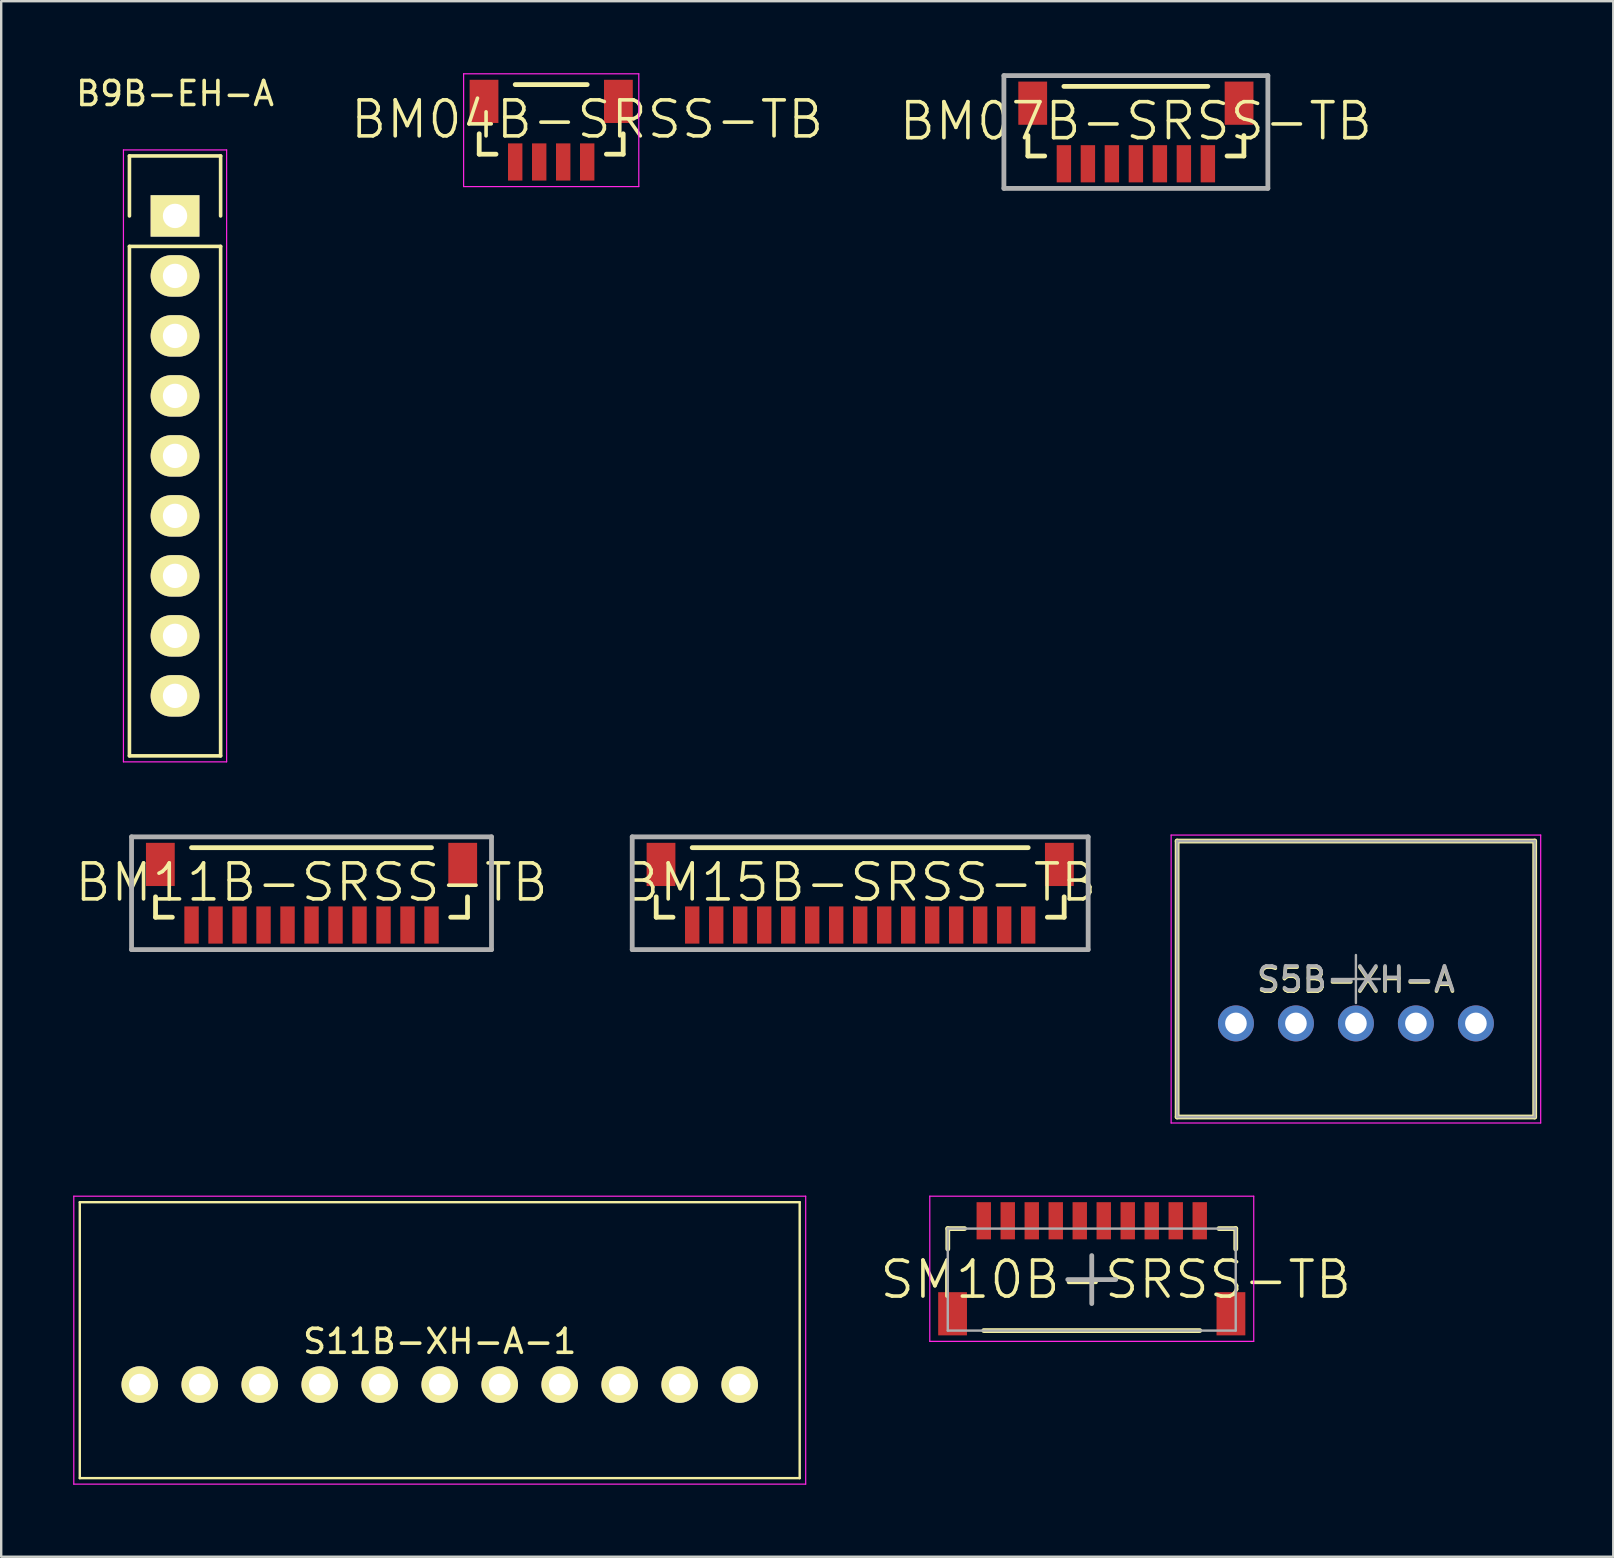
<source format=kicad_pcb>
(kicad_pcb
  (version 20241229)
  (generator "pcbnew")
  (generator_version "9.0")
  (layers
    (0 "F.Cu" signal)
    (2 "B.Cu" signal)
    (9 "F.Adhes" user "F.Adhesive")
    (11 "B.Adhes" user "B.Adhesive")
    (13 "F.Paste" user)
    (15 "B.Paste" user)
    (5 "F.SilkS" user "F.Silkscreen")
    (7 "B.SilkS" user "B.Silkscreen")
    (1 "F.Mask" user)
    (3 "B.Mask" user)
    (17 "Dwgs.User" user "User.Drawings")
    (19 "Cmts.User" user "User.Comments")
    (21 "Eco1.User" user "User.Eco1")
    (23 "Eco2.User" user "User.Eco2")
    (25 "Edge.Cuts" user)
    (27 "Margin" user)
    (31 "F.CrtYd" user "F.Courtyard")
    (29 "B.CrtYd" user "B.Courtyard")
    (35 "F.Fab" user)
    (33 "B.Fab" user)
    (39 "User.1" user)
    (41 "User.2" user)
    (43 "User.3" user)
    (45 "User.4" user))
  (footprint "BM07B-SRSS-TB"
    (layer "F.Cu")
    (at 44.285 2)
    (property "Reference" "BM07B-SRSS-TB" (at 0 0 0) (layer "F.SilkS") (effects (font (size 1.5 1.5) (thickness 0.15))))
    (attr smd)
    (fp_line (start -4.5 1.45) (end -4.5 0.6) (stroke (width 0.2) (type solid)) (layer "F.SilkS"))
    (fp_line (start -4.5 1.45) (end -3.8 1.45) (stroke (width 0.2) (type solid)) (layer "F.SilkS"))
    (fp_line (start -3 -1.45) (end 3 -1.45) (stroke (width 0.2) (type solid)) (layer "F.SilkS"))
    (fp_line (start 4.5 1.45) (end 3.8 1.45) (stroke (width 0.2) (type solid)) (layer "F.SilkS"))
    (fp_line (start 4.5 1.45) (end 4.5 0.6) (stroke (width 0.2) (type solid)) (layer "F.SilkS"))
    (fp_line (start -5.5 -1.9) (end 5.5 -1.9) (stroke (width 0.2) (type solid)) (layer "F.Fab"))
    (fp_line (start -5.5 2.8) (end -5.5 -1.9) (stroke (width 0.2) (type solid)) (layer "F.Fab"))
    (fp_line (start 5.5 -1.9) (end 5.5 2.8) (stroke (width 0.2) (type solid)) (layer "F.Fab"))
    (fp_line (start 5.5 2.8) (end -5.5 2.8) (stroke (width 0.2) (type solid)) (layer "F.Fab"))
    (pad "1" smd rect (at -3 1.775) (size 0.6 1.55) (layers "F.Cu" "F.Mask" "F.Paste"))
    (pad "2" smd rect (at -2 1.775) (size 0.6 1.55) (layers "F.Cu" "F.Mask" "F.Paste"))
    (pad "3" smd rect (at -1 1.775) (size 0.6 1.55) (layers "F.Cu" "F.Mask" "F.Paste"))
    (pad "4" smd rect (at 0 1.775) (size 0.6 1.55) (layers "F.Cu" "F.Mask" "F.Paste"))
    (pad "5" smd rect (at 1 1.775) (size 0.6 1.55) (layers "F.Cu" "F.Mask" "F.Paste"))
    (pad "6" smd rect (at 2 1.775) (size 0.6 1.55) (layers "F.Cu" "F.Mask" "F.Paste"))
    (pad "7" smd rect (at 3 1.775) (size 0.6 1.55) (layers "F.Cu" "F.Mask" "F.Paste"))
    (pad "FG" smd rect (at -4.3 -0.75) (size 1.2 1.8) (layers "F.Cu" "F.Mask" "F.Paste"))
    (pad "FG" smd rect (at 4.3 -0.75) (size 1.2 1.8) (layers "F.Cu" "F.Mask" "F.Paste")))
  (footprint "BM11B-SRSS-TB"
    (layer "F.Cu")
    (at 9.932 33.723)
    (property "Reference" "BM11B-SRSS-TB" (at 0 0 0) (layer "F.SilkS") (effects (font (size 1.5 1.5) (thickness 0.15))))
    (attr smd)
    (fp_line (start -6.5 1.45) (end -6.5 0.6) (stroke (width 0.2) (type solid)) (layer "F.SilkS"))
    (fp_line (start -6.5 1.45) (end -5.8 1.45) (stroke (width 0.2) (type solid)) (layer "F.SilkS"))
    (fp_line (start -5 -1.45) (end 5 -1.45) (stroke (width 0.2) (type solid)) (layer "F.SilkS"))
    (fp_line (start 6.5 1.45) (end 5.8 1.45) (stroke (width 0.2) (type solid)) (layer "F.SilkS"))
    (fp_line (start 6.5 1.45) (end 6.5 0.6) (stroke (width 0.2) (type solid)) (layer "F.SilkS"))
    (fp_line (start -7.5 -1.9) (end 7.5 -1.9) (stroke (width 0.2) (type solid)) (layer "F.Fab"))
    (fp_line (start -7.5 2.8) (end -7.5 -1.9) (stroke (width 0.2) (type solid)) (layer "F.Fab"))
    (fp_line (start 7.5 -1.9) (end 7.5 2.8) (stroke (width 0.2) (type solid)) (layer "F.Fab"))
    (fp_line (start 7.5 2.8) (end -7.5 2.8) (stroke (width 0.2) (type solid)) (layer "F.Fab"))
    (pad "1" smd rect (at -5 1.775) (size 0.6 1.55) (layers "F.Cu" "F.Mask" "F.Paste"))
    (pad "2" smd rect (at -4 1.775) (size 0.6 1.55) (layers "F.Cu" "F.Mask" "F.Paste"))
    (pad "3" smd rect (at -3 1.775) (size 0.6 1.55) (layers "F.Cu" "F.Mask" "F.Paste"))
    (pad "4" smd rect (at -2 1.775) (size 0.6 1.55) (layers "F.Cu" "F.Mask" "F.Paste"))
    (pad "5" smd rect (at -1 1.775) (size 0.6 1.55) (layers "F.Cu" "F.Mask" "F.Paste"))
    (pad "6" smd rect (at 0 1.775) (size 0.6 1.55) (layers "F.Cu" "F.Mask" "F.Paste"))
    (pad "7" smd rect (at 1 1.775) (size 0.6 1.55) (layers "F.Cu" "F.Mask" "F.Paste"))
    (pad "8" smd rect (at 2 1.775) (size 0.6 1.55) (layers "F.Cu" "F.Mask" "F.Paste"))
    (pad "9" smd rect (at 3 1.775) (size 0.6 1.55) (layers "F.Cu" "F.Mask" "F.Paste"))
    (pad "10" smd rect (at 4 1.775) (size 0.6 1.55) (layers "F.Cu" "F.Mask" "F.Paste"))
    (pad "11" smd rect (at 5 1.775) (size 0.6 1.55) (layers "F.Cu" "F.Mask" "F.Paste"))
    (pad "FG" smd rect (at -6.3 -0.75) (size 1.2 1.8) (layers "F.Cu" "F.Mask" "F.Paste"))
    (pad "FG" smd rect (at 6.3 -0.75) (size 1.2 1.8) (layers "F.Cu" "F.Mask" "F.Paste")))
  (footprint "B9B-EH-A"
    (layer "F.Cu")
    (at 4.244 5.948)
    (property "Reference" "B9B-EH-A" (at 0 -5.1 0) (layer "F.SilkS") (effects (font (size 1 1) (thickness 0.15))))
    (attr through_hole)
    (fp_line (start -1.9 -2.5) (end 1.9 -2.5) (stroke (width 0.15) (type solid)) (layer "F.SilkS"))
    (fp_line (start -1.9 0) (end -1.9 -2.5) (stroke (width 0.15) (type solid)) (layer "F.SilkS"))
    (fp_line (start -1.9 22.5) (end -1.9 1.27) (stroke (width 0.15) (type solid)) (layer "F.SilkS"))
    (fp_line (start 1.9 -2.5) (end 1.9 0) (stroke (width 0.15) (type solid)) (layer "F.SilkS"))
    (fp_line (start 1.9 1.27) (end -1.9 1.27) (stroke (width 0.15) (type solid)) (layer "F.SilkS"))
    (fp_line (start 1.9 1.27) (end 1.9 22.5) (stroke (width 0.15) (type solid)) (layer "F.SilkS"))
    (fp_line (start 1.9 22.5) (end -1.9 22.5) (stroke (width 0.15) (type solid)) (layer "F.SilkS"))
    (fp_line (start -2.15 -2.75) (end -2.15 22.75) (stroke (width 0.05) (type solid)) (layer "F.CrtYd"))
    (fp_line (start -2.15 -2.75) (end 2.15 -2.75) (stroke (width 0.05) (type solid)) (layer "F.CrtYd"))
    (fp_line (start -2.15 22.75) (end 2.15 22.75) (stroke (width 0.05) (type solid)) (layer "F.CrtYd"))
    (fp_line (start 2.15 -2.75) (end 2.15 22.75) (stroke (width 0.05) (type solid)) (layer "F.CrtYd"))
    (pad "1" thru_hole rect (at 0 0) (size 2.032 1.727) (drill 1.016) (layers "*.Cu" "*.Mask" "F.SilkS"))
    (pad "2" thru_hole oval (at 0 2.5) (size 2.032 1.727) (drill 1.016) (layers "*.Cu" "*.Mask" "F.SilkS"))
    (pad "3" thru_hole oval (at 0 5) (size 2.032 1.727) (drill 1.016) (layers "*.Cu" "*.Mask" "F.SilkS"))
    (pad "4" thru_hole oval (at 0 7.5) (size 2.032 1.727) (drill 1.016) (layers "*.Cu" "*.Mask" "F.SilkS"))
    (pad "5" thru_hole oval (at 0 10) (size 2.032 1.727) (drill 1.016) (layers "*.Cu" "*.Mask" "F.SilkS"))
    (pad "6" thru_hole oval (at 0 12.5) (size 2.032 1.727) (drill 1.016) (layers "*.Cu" "*.Mask" "F.SilkS"))
    (pad "7" thru_hole oval (at 0 15) (size 2.032 1.727) (drill 1.016) (layers "*.Cu" "*.Mask" "F.SilkS"))
    (pad "8" thru_hole oval (at 0 17.5) (size 2.032 1.727) (drill 1.016) (layers "*.Cu" "*.Mask" "F.SilkS"))
    (pad "9" thru_hole oval (at 0 20) (size 2.032 1.727) (drill 1.016) (layers "*.Cu" "*.Mask" "F.SilkS")))
  (footprint "S5B-XH-A"
    (layer "F.Cu")
    (at 53.454 37.748)
    (property "Reference" "S5B-XH-A" (at 0 0.05 0) (layer "F.SilkS") (effects (font (size 1 1) (thickness 0.15))))
    (attr through_hole)
    (fp_line (start -7.45 -5.75) (end 7.45 -5.75) (stroke (width 0.2) (type solid)) (layer "F.SilkS"))
    (fp_line (start -7.45 5.75) (end -7.45 -5.75) (stroke (width 0.2) (type solid)) (layer "F.SilkS"))
    (fp_line (start 7.45 -5.75) (end 7.45 5.75) (stroke (width 0.2) (type solid)) (layer "F.SilkS"))
    (fp_line (start 7.45 5.75) (end -7.45 5.75) (stroke (width 0.2) (type solid)) (layer "F.SilkS"))
    (fp_line (start -7.7 -6) (end 7.7 -6) (stroke (width 0.05) (type solid)) (layer "F.CrtYd"))
    (fp_line (start -7.7 6) (end -7.7 -6) (stroke (width 0.05) (type solid)) (layer "F.CrtYd"))
    (fp_line (start -7.7 6) (end 7.7 6) (stroke (width 0.05) (type solid)) (layer "F.CrtYd"))
    (fp_line (start 7.7 -6) (end 7.7 6) (stroke (width 0.05) (type solid)) (layer "F.CrtYd"))
    (fp_line (start -7.45 -5.75) (end -7.45 5.75) (stroke (width 0.1) (type solid)) (layer "F.Fab"))
    (fp_line (start -7.45 5.75) (end 7.45 5.75) (stroke (width 0.1) (type solid)) (layer "F.Fab"))
    (fp_line (start -1 0) (end 1 0) (stroke (width 0.1) (type solid)) (layer "F.Fab"))
    (fp_line (start 0 -1) (end 0 1) (stroke (width 0.1) (type solid)) (layer "F.Fab"))
    (fp_line (start 7.45 -5.75) (end -7.45 -5.75) (stroke (width 0.1) (type solid)) (layer "F.Fab"))
    (fp_line (start 7.45 5.75) (end 7.45 -5.75) (stroke (width 0.1) (type solid)) (layer "F.Fab"))
    (fp_text user "${REFERENCE}" (at 0 0 0) (layer "F.Fab") (effects (font (size 1 1) (thickness 0.15))))
    (pad "1" thru_hole circle (at -5 1.85 90) (size 1.5 1.5) (drill 0.9) (layers "*.Cu" "*.Mask"))
    (pad "2" thru_hole circle (at -2.5 1.85 90) (size 1.5 1.5) (drill 0.9) (layers "*.Cu" "*.Mask"))
    (pad "3" thru_hole circle (at 0 1.85 90) (size 1.5 1.5) (drill 0.9) (layers "*.Cu" "*.Mask"))
    (pad "4" thru_hole circle (at 2.5 1.85 90) (size 1.5 1.5) (drill 0.9) (layers "*.Cu" "*.Mask"))
    (pad "5" thru_hole circle (at 5 1.85 90) (size 1.5 1.5) (drill 0.9) (layers "*.Cu" "*.Mask")))
  (footprint "BM04B-SRSS-TB"
    (layer "F.Cu")
    (at 19.92 1.925)
    (property "Reference" "BM04B-SRSS-TB" (at 1.5 0 0) (layer "F.SilkS") (effects (font (size 1.5 1.5) (thickness 0.15))))
    (attr smd)
    (fp_line (start -3 1.45) (end -3 0.6) (stroke (width 0.2) (type solid)) (layer "F.SilkS"))
    (fp_line (start -3 1.45) (end -2.3 1.45) (stroke (width 0.2) (type solid)) (layer "F.SilkS"))
    (fp_line (start -1.5 -1.45) (end 1.5 -1.45) (stroke (width 0.2) (type solid)) (layer "F.SilkS"))
    (fp_line (start 3 1.45) (end 2.3 1.45) (stroke (width 0.2) (type solid)) (layer "F.SilkS"))
    (fp_line (start 3 1.45) (end 3 0.6) (stroke (width 0.2) (type solid)) (layer "F.SilkS"))
    (fp_line (start -3.65 -1.9) (end 3.65 -1.9) (stroke (width 0.05) (type solid)) (layer "F.CrtYd"))
    (fp_line (start -3.65 2.8) (end -3.65 -1.9) (stroke (width 0.05) (type solid)) (layer "F.CrtYd"))
    (fp_line (start 3.65 -1.9) (end 3.65 2.8) (stroke (width 0.05) (type solid)) (layer "F.CrtYd"))
    (fp_line (start 3.65 2.8) (end -3.65 2.8) (stroke (width 0.05) (type solid)) (layer "F.CrtYd"))
    (pad "1" smd rect (at -1.5 1.775) (size 0.6 1.55) (layers "F.Cu" "F.Mask" "F.Paste"))
    (pad "2" smd rect (at -0.5 1.775) (size 0.6 1.55) (layers "F.Cu" "F.Mask" "F.Paste"))
    (pad "3" smd rect (at 0.5 1.775) (size 0.6 1.55) (layers "F.Cu" "F.Mask" "F.Paste"))
    (pad "4" smd rect (at 1.5 1.775) (size 0.6 1.55) (layers "F.Cu" "F.Mask" "F.Paste"))
    (pad "FG" smd rect (at -2.8 -0.75) (size 1.2 1.8) (layers "F.Cu" "F.Mask" "F.Paste"))
    (pad "FG" smd rect (at 2.8 -0.75) (size 1.2 1.8) (layers "F.Cu" "F.Mask" "F.Paste")))
  (footprint "S11B-XH-A-1"
    (layer "F.Cu")
    (at 15.275 52.798)
    (property "Reference" "S11B-XH-A-1" (at 0 0.05 0) (layer "F.SilkS") (effects (font (size 1 1) (thickness 0.15))))
    (attr through_hole)
    (fp_line (start -15 -5.75) (end 15 -5.75) (stroke (width 0.1) (type solid)) (layer "F.SilkS"))
    (fp_line (start -15 5.75) (end -15 -5.75) (stroke (width 0.1) (type solid)) (layer "F.SilkS"))
    (fp_line (start 15 -5.75) (end 15 5.75) (stroke (width 0.1) (type solid)) (layer "F.SilkS"))
    (fp_line (start 15 5.75) (end -15 5.75) (stroke (width 0.1) (type solid)) (layer "F.SilkS"))
    (fp_line (start -15.25 -6) (end 15.25 -6) (stroke (width 0.05) (type solid)) (layer "F.CrtYd"))
    (fp_line (start -15.25 6) (end -15.25 -6) (stroke (width 0.05) (type solid)) (layer "F.CrtYd"))
    (fp_line (start 15.25 -6) (end 15.25 6) (stroke (width 0.05) (type solid)) (layer "F.CrtYd"))
    (fp_line (start 15.25 6) (end -15.25 6) (stroke (width 0.05) (type solid)) (layer "F.CrtYd"))
    (pad "1" thru_hole circle (at -12.5 1.85) (size 1.524 1.524) (drill 0.9) (layers "*.Cu" "*.Mask" "F.SilkS"))
    (pad "2" thru_hole circle (at -10 1.85) (size 1.524 1.524) (drill 0.9) (layers "*.Cu" "*.Mask" "F.SilkS"))
    (pad "3" thru_hole circle (at -7.5 1.85) (size 1.524 1.524) (drill 0.9) (layers "*.Cu" "*.Mask" "F.SilkS"))
    (pad "4" thru_hole circle (at -5 1.85) (size 1.524 1.524) (drill 0.9) (layers "*.Cu" "*.Mask" "F.SilkS"))
    (pad "5" thru_hole circle (at -2.5 1.85) (size 1.524 1.524) (drill 0.9) (layers "*.Cu" "*.Mask" "F.SilkS"))
    (pad "6" thru_hole circle (at 0 1.85) (size 1.524 1.524) (drill 0.9) (layers "*.Cu" "*.Mask" "F.SilkS"))
    (pad "7" thru_hole circle (at 2.5 1.85) (size 1.524 1.524) (drill 0.9) (layers "*.Cu" "*.Mask" "F.SilkS"))
    (pad "8" thru_hole circle (at 5 1.85) (size 1.524 1.524) (drill 0.9) (layers "*.Cu" "*.Mask" "F.SilkS"))
    (pad "9" thru_hole circle (at 7.5 1.85) (size 1.524 1.524) (drill 0.9) (layers "*.Cu" "*.Mask" "F.SilkS"))
    (pad "10" thru_hole circle (at 10 1.85) (size 1.524 1.524) (drill 0.9) (layers "*.Cu" "*.Mask" "F.SilkS"))
    (pad "11" thru_hole circle (at 12.5 1.85) (size 1.524 1.524) (drill 0.9) (layers "*.Cu" "*.Mask" "F.SilkS")))
  (footprint "SM10B-SRSS-TB"
    (layer "F.Cu")
    (at 42.446 50.273)
    (property "Reference" "SM10B-SRSS-TB" (at 1 0 0) (layer "F.SilkS") (effects (font (size 1.5 1.5) (thickness 0.15))))
    (attr smd)
    (fp_line (start -6 -2.125) (end -5.3 -2.125) (stroke (width 0.2) (type solid)) (layer "F.SilkS"))
    (fp_line (start -6 -1.275) (end -6 -2.125) (stroke (width 0.2) (type solid)) (layer "F.SilkS"))
    (fp_line (start -4.5 2.125) (end 4.5 2.125) (stroke (width 0.2) (type solid)) (layer "F.SilkS"))
    (fp_line (start 6 -2.125) (end 5.3 -2.125) (stroke (width 0.2) (type solid)) (layer "F.SilkS"))
    (fp_line (start 6 -1.275) (end 6 -2.125) (stroke (width 0.2) (type solid)) (layer "F.SilkS"))
    (fp_line (start -6.75 -3.475) (end 6.75 -3.475) (stroke (width 0.05) (type solid)) (layer "F.CrtYd"))
    (fp_line (start -6.75 2.575) (end -6.75 -3.475) (stroke (width 0.05) (type solid)) (layer "F.CrtYd"))
    (fp_line (start 6.75 -3.475) (end 6.75 2.575) (stroke (width 0.05) (type solid)) (layer "F.CrtYd"))
    (fp_line (start 6.75 2.575) (end -6.75 2.575) (stroke (width 0.05) (type solid)) (layer "F.CrtYd"))
    (fp_line (start -6 -2.125) (end -6 2.125) (stroke (width 0.1) (type solid)) (layer "F.Fab"))
    (fp_line (start -6 2.125) (end 6 2.125) (stroke (width 0.1) (type solid)) (layer "F.Fab"))
    (fp_line (start -1 0) (end 1 0) (stroke (width 0.2) (type solid)) (layer "F.Fab"))
    (fp_line (start 0 -1) (end 0 1) (stroke (width 0.2) (type solid)) (layer "F.Fab"))
    (fp_line (start 6 -2.125) (end -6 -2.125) (stroke (width 0.1) (type solid)) (layer "F.Fab"))
    (fp_line (start 6 2.125) (end 6 -2.125) (stroke (width 0.1) (type solid)) (layer "F.Fab"))
    (pad "1" smd rect (at -4.5 -2.45) (size 0.6 1.55) (layers "F.Cu" "F.Mask" "F.Paste"))
    (pad "2" smd rect (at -3.5 -2.45) (size 0.6 1.55) (layers "F.Cu" "F.Mask" "F.Paste"))
    (pad "3" smd rect (at -2.5 -2.45) (size 0.6 1.55) (layers "F.Cu" "F.Mask" "F.Paste"))
    (pad "4" smd rect (at -1.5 -2.45) (size 0.6 1.55) (layers "F.Cu" "F.Mask" "F.Paste"))
    (pad "5" smd rect (at -0.5 -2.45) (size 0.6 1.55) (layers "F.Cu" "F.Mask" "F.Paste"))
    (pad "6" smd rect (at 0.5 -2.45) (size 0.6 1.55) (layers "F.Cu" "F.Mask" "F.Paste"))
    (pad "7" smd rect (at 1.5 -2.45) (size 0.6 1.55) (layers "F.Cu" "F.Mask" "F.Paste"))
    (pad "8" smd rect (at 2.5 -2.45) (size 0.6 1.55) (layers "F.Cu" "F.Mask" "F.Paste"))
    (pad "9" smd rect (at 3.5 -2.45) (size 0.6 1.55) (layers "F.Cu" "F.Mask" "F.Paste"))
    (pad "10" smd rect (at 4.5 -2.45) (size 0.6 1.55) (layers "F.Cu" "F.Mask" "F.Paste"))
    (pad "FG" smd rect (at -5.8 1.425) (size 1.2 1.8) (layers "F.Cu" "F.Mask" "F.Paste"))
    (pad "FG" smd rect (at 5.8 1.425) (size 1.2 1.8) (layers "F.Cu" "F.Mask" "F.Paste")))
  (footprint "BM15B-SRSS-TB"
    (layer "F.Cu")
    (at 32.796 33.723)
    (property "Reference" "BM15B-SRSS-TB" (at 0 0 0) (layer "F.SilkS") (effects (font (size 1.5 1.5) (thickness 0.15))))
    (attr through_hole)
    (fp_line (start -8.5 1.45) (end -8.5 0.6) (stroke (width 0.2) (type solid)) (layer "F.SilkS"))
    (fp_line (start -8.5 1.45) (end -7.8 1.45) (stroke (width 0.2) (type solid)) (layer "F.SilkS"))
    (fp_line (start -7 -1.45) (end 7 -1.45) (stroke (width 0.2) (type solid)) (layer "F.SilkS"))
    (fp_line (start 8.5 1.45) (end 7.8 1.45) (stroke (width 0.2) (type solid)) (layer "F.SilkS"))
    (fp_line (start 8.5 1.45) (end 8.5 0.6) (stroke (width 0.2) (type solid)) (layer "F.SilkS"))
    (fp_line (start -9.5 -1.9) (end 9.5 -1.9) (stroke (width 0.2) (type solid)) (layer "F.Fab"))
    (fp_line (start -9.5 2.8) (end -9.5 -1.9) (stroke (width 0.2) (type solid)) (layer "F.Fab"))
    (fp_line (start 9.5 -1.9) (end 9.5 2.8) (stroke (width 0.2) (type solid)) (layer "F.Fab"))
    (fp_line (start 9.5 2.8) (end -9.5 2.8) (stroke (width 0.2) (type solid)) (layer "F.Fab"))
    (pad "1" smd rect (at -7 1.775) (size 0.6 1.55) (layers "F.Cu" "F.Mask" "F.Paste"))
    (pad "2" smd rect (at -6 1.775) (size 0.6 1.55) (layers "F.Cu" "F.Mask" "F.Paste"))
    (pad "3" smd rect (at -5 1.775) (size 0.6 1.55) (layers "F.Cu" "F.Mask" "F.Paste"))
    (pad "4" smd rect (at -4 1.775) (size 0.6 1.55) (layers "F.Cu" "F.Mask" "F.Paste"))
    (pad "5" smd rect (at -3 1.775) (size 0.6 1.55) (layers "F.Cu" "F.Mask" "F.Paste"))
    (pad "6" smd rect (at -2 1.775) (size 0.6 1.55) (layers "F.Cu" "F.Mask" "F.Paste"))
    (pad "7" smd rect (at -1 1.775) (size 0.6 1.55) (layers "F.Cu" "F.Mask" "F.Paste"))
    (pad "8" smd rect (at 0 1.775) (size 0.6 1.55) (layers "F.Cu" "F.Mask" "F.Paste"))
    (pad "9" smd rect (at 1 1.775) (size 0.6 1.55) (layers "F.Cu" "F.Mask" "F.Paste"))
    (pad "10" smd rect (at 2 1.775) (size 0.6 1.55) (layers "F.Cu" "F.Mask" "F.Paste"))
    (pad "11" smd rect (at 3 1.775) (size 0.6 1.55) (layers "F.Cu" "F.Mask" "F.Paste"))
    (pad "12" smd rect (at 4 1.775) (size 0.6 1.55) (layers "F.Cu" "F.Mask" "F.Paste"))
    (pad "13" smd rect (at 5 1.775) (size 0.6 1.55) (layers "F.Cu" "F.Mask" "F.Paste"))
    (pad "14" smd rect (at 6 1.775) (size 0.6 1.55) (layers "F.Cu" "F.Mask" "F.Paste"))
    (pad "15" smd rect (at 7 1.775) (size 0.6 1.55) (layers "F.Cu" "F.Mask" "F.Paste"))
    (pad "FG" smd rect (at -8.3 -0.75) (size 1.2 1.8) (layers "F.Cu" "F.Mask" "F.Paste"))
    (pad "FG" smd rect (at 8.3 -0.75) (size 1.2 1.8) (layers "F.Cu" "F.Mask" "F.Paste")))
  (gr_rect
    (start -3 -3)
    (end 64.179 61.823)
    (stroke (width 0.1) (type default))
    (fill no)
    (layer "Edge.Cuts")))
</source>
